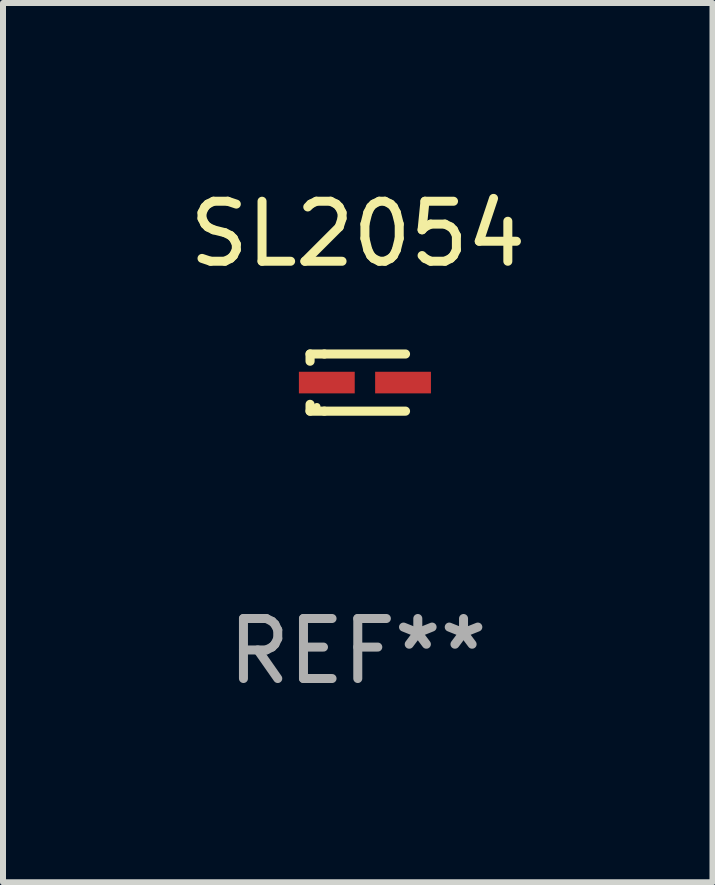
<source format=kicad_pcb>
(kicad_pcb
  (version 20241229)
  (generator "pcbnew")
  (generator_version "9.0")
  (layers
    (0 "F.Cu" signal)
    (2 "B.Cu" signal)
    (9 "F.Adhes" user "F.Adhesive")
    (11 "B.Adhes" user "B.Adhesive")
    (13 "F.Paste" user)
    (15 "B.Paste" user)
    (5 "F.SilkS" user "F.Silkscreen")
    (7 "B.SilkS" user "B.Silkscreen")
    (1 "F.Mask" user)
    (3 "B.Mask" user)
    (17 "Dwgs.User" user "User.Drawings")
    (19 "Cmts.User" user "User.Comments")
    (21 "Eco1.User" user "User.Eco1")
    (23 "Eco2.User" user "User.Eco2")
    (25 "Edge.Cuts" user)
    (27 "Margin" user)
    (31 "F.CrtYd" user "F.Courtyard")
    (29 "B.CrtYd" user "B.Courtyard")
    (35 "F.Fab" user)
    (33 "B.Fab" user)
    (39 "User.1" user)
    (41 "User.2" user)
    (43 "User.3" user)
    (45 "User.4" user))
  (footprint "SL2054"
    (layer "F.Cu")
    (at 2.911 3.324)
    (property "Reference" "SL2054" (at 0 -2.476 0) (layer "F.SilkS") (effects (font (size 1 1) (thickness 0.15))))
    (attr through_hole)
    (fp_line (start -0.795 -0.476) (end -0.795 -0.356) (stroke (width 0.152) (type solid)) (layer "F.SilkS"))
    (fp_line (start -0.795 0.363) (end -0.795 0.476) (stroke (width 0.152) (type solid)) (layer "F.SilkS"))
    (fp_line (start -0.795 0.476) (end -0.557 0.476) (stroke (width 0.152) (type solid)) (layer "F.SilkS"))
    (fp_line (start -0.557 -0.476) (end -0.795 -0.476) (stroke (width 0.152) (type solid)) (layer "F.SilkS"))
    (fp_line (start -0.557 -0.476) (end 0.795 -0.476) (stroke (width 0.152) (type solid)) (layer "F.SilkS"))
    (fp_line (start -0.557 0.476) (end 0.795 0.476) (stroke (width 0.152) (type solid)) (layer "F.SilkS"))
    (fp_circle (center -0.681 0.4) (end -0.651 0.4) (stroke (width 0.06) (type solid)) (fill no) (layer "F.SilkS"))
    (fp_text user "REF**" (at 0 4.476 0) (layer "F.Fab") (effects (font (size 1 1) (thickness 0.15))))
    (pad "1" smd rect (at -0.516 0 180) (size 0.93 0.36) (layers "F.Cu" "F.Mask" "F.Paste"))
    (pad "2" smd rect (at 0.754 0 180) (size 0.93 0.36) (layers "F.Cu" "F.Mask" "F.Paste")))
  (gr_rect
    (start -3 -3)
    (end 8.821 11.649)
    (stroke (width 0.1) (type default))
    (fill no)
    (layer "Edge.Cuts")))
</source>
